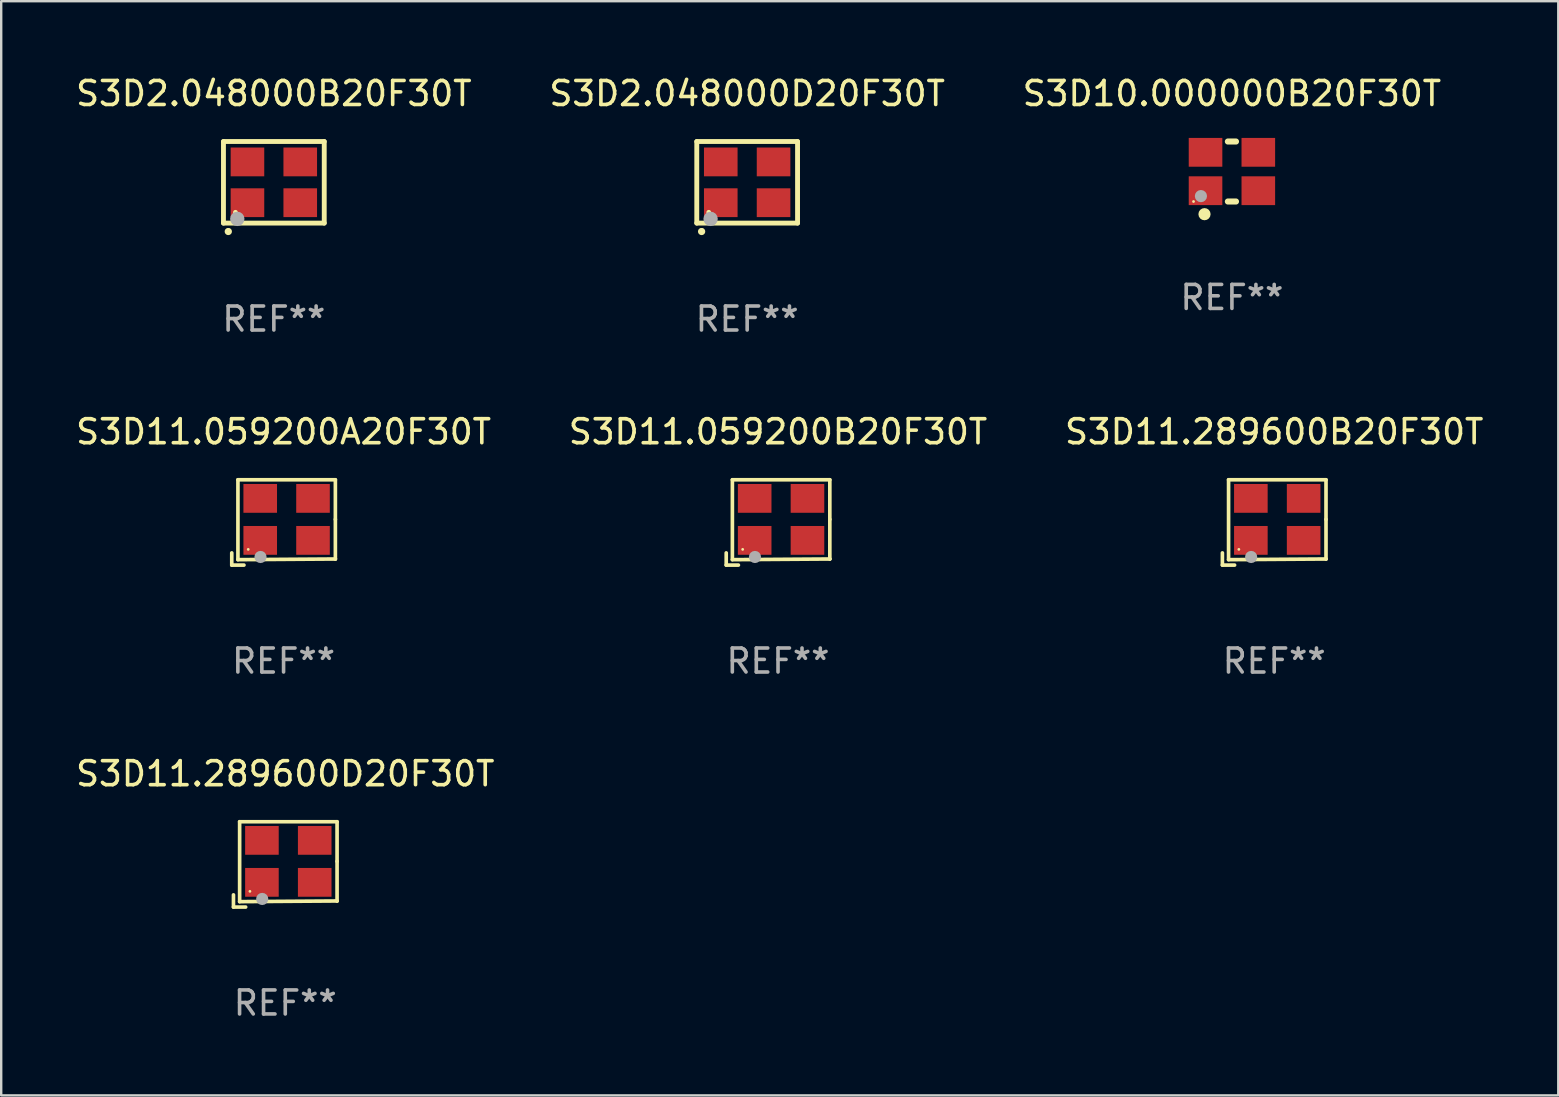
<source format=kicad_pcb>
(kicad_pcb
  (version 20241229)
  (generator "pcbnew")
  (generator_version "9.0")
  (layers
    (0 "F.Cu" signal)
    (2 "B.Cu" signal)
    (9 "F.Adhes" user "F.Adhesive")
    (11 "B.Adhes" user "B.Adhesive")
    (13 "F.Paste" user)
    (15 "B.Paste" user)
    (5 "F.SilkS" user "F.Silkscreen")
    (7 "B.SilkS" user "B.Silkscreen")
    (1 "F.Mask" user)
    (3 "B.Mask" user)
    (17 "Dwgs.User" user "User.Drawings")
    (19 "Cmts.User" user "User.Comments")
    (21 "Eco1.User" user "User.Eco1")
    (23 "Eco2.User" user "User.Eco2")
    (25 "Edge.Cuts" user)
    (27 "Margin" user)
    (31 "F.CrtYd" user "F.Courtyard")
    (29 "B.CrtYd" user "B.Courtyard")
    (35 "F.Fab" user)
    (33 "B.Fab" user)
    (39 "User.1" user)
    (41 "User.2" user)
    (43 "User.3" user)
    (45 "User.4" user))
  (footprint "S3D11.289600B20F30T"
    (layer "F.Cu")
    (at 50.054 18.723)
    (property "Reference" "S3D11.289600B20F30T" (at 0 -3.778 0) (layer "F.SilkS") (effects (font (size 1 1) (thickness 0.15))))
    (attr through_hole)
    (fp_line (start -2.159 1.27) (end -2.159 1.778) (stroke (width 0.152) (type solid)) (layer "F.SilkS"))
    (fp_line (start -2.159 1.778) (end -1.651 1.778) (stroke (width 0.152) (type solid)) (layer "F.SilkS"))
    (fp_line (start -1.902 -1.778) (end 2.159 -1.778) (stroke (width 0.152) (type solid)) (layer "F.SilkS"))
    (fp_line (start -1.902 1.552) (end -1.902 -1.778) (stroke (width 0.152) (type solid)) (layer "F.SilkS"))
    (fp_line (start 2.159 -1.778) (end 2.159 -0.127) (stroke (width 0.152) (type solid)) (layer "F.SilkS"))
    (fp_line (start 2.159 -0.127) (end 2.159 1.524) (stroke (width 0.152) (type solid)) (layer "F.SilkS"))
    (fp_line (start 2.159 1.524) (end -1.902 1.552) (stroke (width 0.152) (type solid)) (layer "F.SilkS"))
    (fp_line (start 2.159 1.524) (end 2.159 1.524) (stroke (width 0.152) (type solid)) (layer "F.SilkS"))
    (fp_circle (center -1.473 1.123) (end -1.443 1.123) (stroke (width 0.06) (type solid)) (fill no) (layer "F.SilkS"))
    (fp_circle (center -0.961 1.44) (end -0.834 1.44) (stroke (width 0.254) (type solid)) (fill no) (layer "F.Fab"))
    (fp_text user "REF**" (at 0 5.778 0) (layer "F.Fab") (effects (font (size 1 1) (thickness 0.15))))
    (pad "1" smd rect (at -0.973 0.748) (size 1.4 1.2) (layers "F.Cu" "F.Mask" "F.Paste"))
    (pad "2" smd rect (at 1.227 0.748) (size 1.4 1.2) (layers "F.Cu" "F.Mask" "F.Paste"))
    (pad "3" smd rect (at 1.227 -1.002) (size 1.4 1.2) (layers "F.Cu" "F.Mask" "F.Paste"))
    (pad "4" smd rect (at -0.973 -1.002) (size 1.4 1.2) (layers "F.Cu" "F.Mask" "F.Paste")))
  (footprint "S3D2.048000D20F30T"
    (layer "F.Cu")
    (at 28.089 4.548)
    (property "Reference" "S3D2.048000D20F30T" (at 0 -3.7 0) (layer "F.SilkS") (effects (font (size 1 1) (thickness 0.15))))
    (attr through_hole)
    (fp_line (start -2.1 -1.7) (end -2.1 1.7) (stroke (width 0.203) (type solid)) (layer "F.SilkS"))
    (fp_line (start -2.1 1.7) (end 2.1 1.7) (stroke (width 0.203) (type solid)) (layer "F.SilkS"))
    (fp_line (start 2.1 -1.7) (end -2.1 -1.7) (stroke (width 0.203) (type solid)) (layer "F.SilkS"))
    (fp_line (start 2.1 1.7) (end 2.1 -1.7) (stroke (width 0.203) (type solid)) (layer "F.SilkS"))
    (fp_arc (start -1.899924 2.049784) (mid -1.898654 2.049779) (end -1.897384 2.049784) (stroke (width 0.3) (type solid)) (layer "F.SilkS"))
    (fp_circle (center -1.6 1.25) (end -1.55 1.25) (stroke (width 0.1) (type solid)) (fill no) (layer "F.SilkS"))
    (fp_circle (center -1.524 1.524) (end -1.374 1.524) (stroke (width 0.3) (type solid)) (fill no) (layer "F.Fab"))
    (fp_text user "REF**" (at 0 5.7 0) (layer "F.Fab") (effects (font (size 1 1) (thickness 0.15))))
    (pad "1" smd rect (at -1.1 0.85) (size 1.4 1.2) (layers "F.Cu" "F.Mask" "F.Paste"))
    (pad "2" smd rect (at 1.1 0.85) (size 1.4 1.2) (layers "F.Cu" "F.Mask" "F.Paste"))
    (pad "3" smd rect (at 1.1 -0.85) (size 1.4 1.2) (layers "F.Cu" "F.Mask" "F.Paste"))
    (pad "4" smd rect (at -1.1 -0.85) (size 1.4 1.2) (layers "F.Cu" "F.Mask" "F.Paste")))
  (footprint "S3D2.048000B20F30T"
    (layer "F.Cu")
    (at 8.363 4.548)
    (property "Reference" "S3D2.048000B20F30T" (at 0 -3.7 0) (layer "F.SilkS") (effects (font (size 1 1) (thickness 0.15))))
    (attr through_hole)
    (fp_line (start -2.1 -1.7) (end -2.1 1.7) (stroke (width 0.203) (type solid)) (layer "F.SilkS"))
    (fp_line (start -2.1 1.7) (end 2.1 1.7) (stroke (width 0.203) (type solid)) (layer "F.SilkS"))
    (fp_line (start 2.1 -1.7) (end -2.1 -1.7) (stroke (width 0.203) (type solid)) (layer "F.SilkS"))
    (fp_line (start 2.1 1.7) (end 2.1 -1.7) (stroke (width 0.203) (type solid)) (layer "F.SilkS"))
    (fp_arc (start -1.899924 2.049784) (mid -1.898654 2.049779) (end -1.897384 2.049784) (stroke (width 0.3) (type solid)) (layer "F.SilkS"))
    (fp_circle (center -1.6 1.25) (end -1.55 1.25) (stroke (width 0.1) (type solid)) (fill no) (layer "F.SilkS"))
    (fp_circle (center -1.524 1.524) (end -1.374 1.524) (stroke (width 0.3) (type solid)) (fill no) (layer "F.Fab"))
    (fp_text user "REF**" (at 0 5.7 0) (layer "F.Fab") (effects (font (size 1 1) (thickness 0.15))))
    (pad "1" smd rect (at -1.1 0.85) (size 1.4 1.2) (layers "F.Cu" "F.Mask" "F.Paste"))
    (pad "2" smd rect (at 1.1 0.85) (size 1.4 1.2) (layers "F.Cu" "F.Mask" "F.Paste"))
    (pad "3" smd rect (at 1.1 -0.85) (size 1.4 1.2) (layers "F.Cu" "F.Mask" "F.Paste"))
    (pad "4" smd rect (at -1.1 -0.85) (size 1.4 1.2) (layers "F.Cu" "F.Mask" "F.Paste")))
  (footprint "S3D10.000000B20F30T"
    (layer "F.Cu")
    (at 48.292 4.098)
    (property "Reference" "S3D10.000000B20F30T" (at 0 -3.25 0) (layer "F.SilkS") (effects (font (size 1 1) (thickness 0.15))))
    (attr through_hole)
    (fp_line (start -0.169 -1.25) (end 0.169 -1.25) (stroke (width 0.254) (type solid)) (layer "F.SilkS"))
    (fp_line (start -0.169 1.25) (end 0.169 1.25) (stroke (width 0.254) (type solid)) (layer "F.SilkS"))
    (fp_circle (center -1.6 1.25) (end -1.57 1.25) (stroke (width 0.06) (type solid)) (fill no) (layer "F.SilkS"))
    (fp_circle (center -1.143 1.778) (end -1.016 1.778) (stroke (width 0.254) (type solid)) (fill no) (layer "F.SilkS"))
    (fp_circle (center -1.292 1.025) (end -1.165 1.025) (stroke (width 0.254) (type solid)) (fill no) (layer "F.Fab"))
    (fp_text user "REF**" (at 0 5.25 0) (layer "F.Fab") (effects (font (size 1 1) (thickness 0.15))))
    (pad "1" smd rect (at -1.1 0.8) (size 1.4 1.2) (layers "F.Cu" "F.Mask" "F.Paste"))
    (pad "2" smd rect (at 1.1 0.8) (size 1.4 1.2) (layers "F.Cu" "F.Mask" "F.Paste"))
    (pad "3" smd rect (at 1.1 -0.8) (size 1.4 1.2) (layers "F.Cu" "F.Mask" "F.Paste"))
    (pad "4" smd rect (at -1.1 -0.8) (size 1.4 1.2) (layers "F.Cu" "F.Mask" "F.Paste")))
  (footprint "S3D11.059200B20F30T"
    (layer "F.Cu")
    (at 29.375 18.723)
    (property "Reference" "S3D11.059200B20F30T" (at 0 -3.778 0) (layer "F.SilkS") (effects (font (size 1 1) (thickness 0.15))))
    (attr through_hole)
    (fp_line (start -2.159 1.27) (end -2.159 1.778) (stroke (width 0.152) (type solid)) (layer "F.SilkS"))
    (fp_line (start -2.159 1.778) (end -1.651 1.778) (stroke (width 0.152) (type solid)) (layer "F.SilkS"))
    (fp_line (start -1.902 -1.778) (end 2.159 -1.778) (stroke (width 0.152) (type solid)) (layer "F.SilkS"))
    (fp_line (start -1.902 1.552) (end -1.902 -1.778) (stroke (width 0.152) (type solid)) (layer "F.SilkS"))
    (fp_line (start 2.159 -1.778) (end 2.159 -0.127) (stroke (width 0.152) (type solid)) (layer "F.SilkS"))
    (fp_line (start 2.159 -0.127) (end 2.159 1.524) (stroke (width 0.152) (type solid)) (layer "F.SilkS"))
    (fp_line (start 2.159 1.524) (end -1.902 1.552) (stroke (width 0.152) (type solid)) (layer "F.SilkS"))
    (fp_line (start 2.159 1.524) (end 2.159 1.524) (stroke (width 0.152) (type solid)) (layer "F.SilkS"))
    (fp_circle (center -1.473 1.123) (end -1.443 1.123) (stroke (width 0.06) (type solid)) (fill no) (layer "F.SilkS"))
    (fp_circle (center -0.961 1.44) (end -0.834 1.44) (stroke (width 0.254) (type solid)) (fill no) (layer "F.Fab"))
    (fp_text user "REF**" (at 0 5.778 0) (layer "F.Fab") (effects (font (size 1 1) (thickness 0.15))))
    (pad "1" smd rect (at -0.973 0.748) (size 1.4 1.2) (layers "F.Cu" "F.Mask" "F.Paste"))
    (pad "2" smd rect (at 1.227 0.748) (size 1.4 1.2) (layers "F.Cu" "F.Mask" "F.Paste"))
    (pad "3" smd rect (at 1.227 -1.002) (size 1.4 1.2) (layers "F.Cu" "F.Mask" "F.Paste"))
    (pad "4" smd rect (at -0.973 -1.002) (size 1.4 1.2) (layers "F.Cu" "F.Mask" "F.Paste")))
  (footprint "S3D11.289600D20F30T"
    (layer "F.Cu")
    (at 8.839 32.975)
    (property "Reference" "S3D11.289600D20F30T" (at 0 -3.778 0) (layer "F.SilkS") (effects (font (size 1 1) (thickness 0.15))))
    (attr through_hole)
    (fp_line (start -2.159 1.27) (end -2.159 1.778) (stroke (width 0.152) (type solid)) (layer "F.SilkS"))
    (fp_line (start -2.159 1.778) (end -1.651 1.778) (stroke (width 0.152) (type solid)) (layer "F.SilkS"))
    (fp_line (start -1.902 -1.778) (end 2.159 -1.778) (stroke (width 0.152) (type solid)) (layer "F.SilkS"))
    (fp_line (start -1.902 1.552) (end -1.902 -1.778) (stroke (width 0.152) (type solid)) (layer "F.SilkS"))
    (fp_line (start 2.159 -1.778) (end 2.159 -0.127) (stroke (width 0.152) (type solid)) (layer "F.SilkS"))
    (fp_line (start 2.159 -0.127) (end 2.159 1.524) (stroke (width 0.152) (type solid)) (layer "F.SilkS"))
    (fp_line (start 2.159 1.524) (end -1.902 1.552) (stroke (width 0.152) (type solid)) (layer "F.SilkS"))
    (fp_line (start 2.159 1.524) (end 2.159 1.524) (stroke (width 0.152) (type solid)) (layer "F.SilkS"))
    (fp_circle (center -1.473 1.123) (end -1.443 1.123) (stroke (width 0.06) (type solid)) (fill no) (layer "F.SilkS"))
    (fp_circle (center -0.961 1.44) (end -0.834 1.44) (stroke (width 0.254) (type solid)) (fill no) (layer "F.Fab"))
    (fp_text user "REF**" (at 0 5.778 0) (layer "F.Fab") (effects (font (size 1 1) (thickness 0.15))))
    (pad "1" smd rect (at -0.973 0.748) (size 1.4 1.2) (layers "F.Cu" "F.Mask" "F.Paste"))
    (pad "2" smd rect (at 1.227 0.748) (size 1.4 1.2) (layers "F.Cu" "F.Mask" "F.Paste"))
    (pad "3" smd rect (at 1.227 -1.002) (size 1.4 1.2) (layers "F.Cu" "F.Mask" "F.Paste"))
    (pad "4" smd rect (at -0.973 -1.002) (size 1.4 1.2) (layers "F.Cu" "F.Mask" "F.Paste")))
  (footprint "S3D11.059200A20F30T"
    (layer "F.Cu")
    (at 8.768 18.723)
    (property "Reference" "S3D11.059200A20F30T" (at 0 -3.778 0) (layer "F.SilkS") (effects (font (size 1 1) (thickness 0.15))))
    (attr through_hole)
    (fp_line (start -2.159 1.27) (end -2.159 1.778) (stroke (width 0.152) (type solid)) (layer "F.SilkS"))
    (fp_line (start -2.159 1.778) (end -1.651 1.778) (stroke (width 0.152) (type solid)) (layer "F.SilkS"))
    (fp_line (start -1.902 -1.778) (end 2.159 -1.778) (stroke (width 0.152) (type solid)) (layer "F.SilkS"))
    (fp_line (start -1.902 1.552) (end -1.902 -1.778) (stroke (width 0.152) (type solid)) (layer "F.SilkS"))
    (fp_line (start 2.159 -1.778) (end 2.159 -0.127) (stroke (width 0.152) (type solid)) (layer "F.SilkS"))
    (fp_line (start 2.159 -0.127) (end 2.159 1.524) (stroke (width 0.152) (type solid)) (layer "F.SilkS"))
    (fp_line (start 2.159 1.524) (end -1.902 1.552) (stroke (width 0.152) (type solid)) (layer "F.SilkS"))
    (fp_line (start 2.159 1.524) (end 2.159 1.524) (stroke (width 0.152) (type solid)) (layer "F.SilkS"))
    (fp_circle (center -1.473 1.123) (end -1.443 1.123) (stroke (width 0.06) (type solid)) (fill no) (layer "F.SilkS"))
    (fp_circle (center -0.961 1.44) (end -0.834 1.44) (stroke (width 0.254) (type solid)) (fill no) (layer "F.Fab"))
    (fp_text user "REF**" (at 0 5.778 0) (layer "F.Fab") (effects (font (size 1 1) (thickness 0.15))))
    (pad "1" smd rect (at -0.973 0.748) (size 1.4 1.2) (layers "F.Cu" "F.Mask" "F.Paste"))
    (pad "2" smd rect (at 1.227 0.748) (size 1.4 1.2) (layers "F.Cu" "F.Mask" "F.Paste"))
    (pad "3" smd rect (at 1.227 -1.002) (size 1.4 1.2) (layers "F.Cu" "F.Mask" "F.Paste"))
    (pad "4" smd rect (at -0.973 -1.002) (size 1.4 1.2) (layers "F.Cu" "F.Mask" "F.Paste")))
  (gr_rect
    (start -3 -3)
    (end 61.893 42.602)
    (stroke (width 0.1) (type default))
    (fill no)
    (layer "Edge.Cuts")))
</source>
